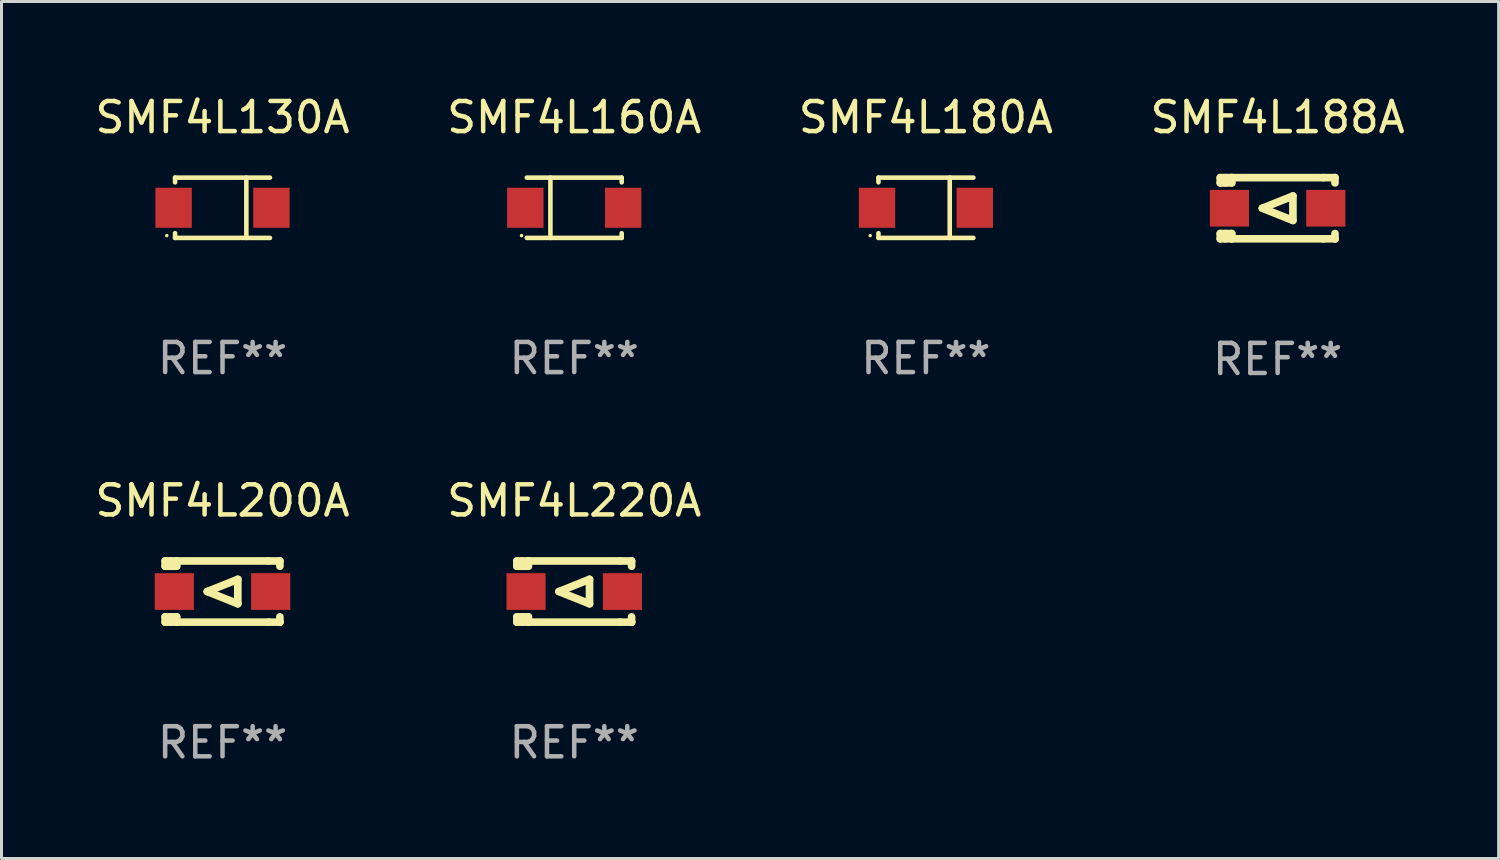
<source format=kicad_pcb>
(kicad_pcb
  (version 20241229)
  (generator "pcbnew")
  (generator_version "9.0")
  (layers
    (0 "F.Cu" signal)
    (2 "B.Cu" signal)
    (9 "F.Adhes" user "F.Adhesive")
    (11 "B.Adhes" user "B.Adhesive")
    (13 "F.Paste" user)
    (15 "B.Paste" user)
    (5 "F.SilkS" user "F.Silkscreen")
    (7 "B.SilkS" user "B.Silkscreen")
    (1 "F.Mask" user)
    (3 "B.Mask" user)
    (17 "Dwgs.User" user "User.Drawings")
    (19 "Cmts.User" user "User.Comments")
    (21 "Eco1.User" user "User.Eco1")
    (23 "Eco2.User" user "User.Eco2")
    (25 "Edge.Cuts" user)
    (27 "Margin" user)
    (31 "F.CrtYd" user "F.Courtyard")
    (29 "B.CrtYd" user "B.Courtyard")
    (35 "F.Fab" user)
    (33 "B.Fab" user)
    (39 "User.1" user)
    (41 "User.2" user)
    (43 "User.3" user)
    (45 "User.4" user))
  (footprint "SMF4L180A"
    (layer "F.Cu")
    (at 27.696 3.849)
    (property "Reference" "SMF4L180A" (at 0 -3.001 0) (layer "F.SilkS") (effects (font (size 1 1) (thickness 0.15))))
    (attr through_hole)
    (fp_line (start -1.576 -1.001) (end -1.576 -0.845) (stroke (width 0.152) (type solid)) (layer "F.SilkS"))
    (fp_line (start -1.576 -1.001) (end 1.576 -1.001) (stroke (width 0.152) (type solid)) (layer "F.SilkS"))
    (fp_line (start -1.576 0.845) (end -1.576 1.001) (stroke (width 0.152) (type solid)) (layer "F.SilkS"))
    (fp_line (start -1.576 1.001) (end 1.576 1.001) (stroke (width 0.152) (type solid)) (layer "F.SilkS"))
    (fp_line (start 0.791 -1.001) (end 0.791 1.001) (stroke (width 0.152) (type solid)) (layer "F.SilkS"))
    (fp_circle (center -1.85 0.925) (end -1.82 0.925) (stroke (width 0.06) (type solid)) (fill no) (layer "F.SilkS"))
    (fp_text user "REF**" (at 0 5.001 0) (layer "F.Fab") (effects (font (size 1 1) (thickness 0.15))))
    (pad "1" smd rect (at -1.624 0) (size 1.208 1.33) (layers "F.Cu" "F.Mask" "F.Paste"))
    (pad "2" smd rect (at 1.624 0) (size 1.208 1.33) (layers "F.Cu" "F.Mask" "F.Paste")))
  (footprint "SMF4L220A"
    (layer "F.Cu")
    (at 16.018 16.593)
    (property "Reference" "SMF4L220A" (at 0 -3.016 0) (layer "F.SilkS") (effects (font (size 1 1) (thickness 0.15))))
    (attr through_hole)
    (fp_line (start -1.905 -1.016) (end -1.905 -0.841) (stroke (width 0.254) (type solid)) (layer "F.SilkS"))
    (fp_line (start -1.905 0.841) (end -1.905 1.016) (stroke (width 0.254) (type solid)) (layer "F.SilkS"))
    (fp_line (start -1.905 1.016) (end -1.524 1.016) (stroke (width 0.254) (type solid)) (layer "F.SilkS"))
    (fp_line (start -1.728 -1.016) (end -1.728 -0.841) (stroke (width 0.254) (type solid)) (layer "F.SilkS"))
    (fp_line (start -1.728 0.841) (end -1.728 1.016) (stroke (width 0.254) (type solid)) (layer "F.SilkS"))
    (fp_line (start -1.524 -1.016) (end -1.905 -1.016) (stroke (width 0.254) (type solid)) (layer "F.SilkS"))
    (fp_line (start -1.524 -0.841) (end -1.905 -0.841) (stroke (width 0.254) (type solid)) (layer "F.SilkS"))
    (fp_line (start -1.524 -0.841) (end -1.524 -1.016) (stroke (width 0.254) (type solid)) (layer "F.SilkS"))
    (fp_line (start -1.524 0.841) (end -1.905 0.841) (stroke (width 0.254) (type solid)) (layer "F.SilkS"))
    (fp_line (start -1.524 1.016) (end -1.524 0.841) (stroke (width 0.254) (type solid)) (layer "F.SilkS"))
    (fp_line (start -1.524 1.016) (end 1.524 1.016) (stroke (width 0.254) (type solid)) (layer "F.SilkS"))
    (fp_line (start -0.508 0) (end 0.508 -0.406) (stroke (width 0.254) (type solid)) (layer "F.SilkS"))
    (fp_line (start 0.508 -0.406) (end 0.508 0.406) (stroke (width 0.254) (type solid)) (layer "F.SilkS"))
    (fp_line (start 0.508 0.406) (end -0.508 0) (stroke (width 0.254) (type solid)) (layer "F.SilkS"))
    (fp_line (start 1.524 -1.016) (end -1.524 -1.016) (stroke (width 0.254) (type solid)) (layer "F.SilkS"))
    (fp_line (start 1.524 -1.016) (end 1.905 -1.016) (stroke (width 0.254) (type solid)) (layer "F.SilkS"))
    (fp_line (start 1.905 -1.016) (end 1.905 -0.841) (stroke (width 0.254) (type solid)) (layer "F.SilkS"))
    (fp_line (start 1.905 0.841) (end 1.905 1.016) (stroke (width 0.254) (type solid)) (layer "F.SilkS"))
    (fp_line (start 1.905 1.016) (end 1.524 1.016) (stroke (width 0.254) (type solid)) (layer "F.SilkS"))
    (fp_line (start 1.905 1.016) (end 1.905 1.016) (stroke (width 0.254) (type solid)) (layer "F.SilkS"))
    (fp_circle (center -1.85 0.925) (end -1.82 0.925) (stroke (width 0.06) (type solid)) (fill no) (layer "F.SilkS"))
    (fp_text user "REF**" (at 0 5.016 0) (layer "F.Fab") (effects (font (size 1 1) (thickness 0.15))))
    (pad "1" smd rect (at -1.6 0) (size 1.3 1.219) (layers "F.Cu" "F.Mask" "F.Paste"))
    (pad "2" smd rect (at 1.6 0) (size 1.3 1.219) (layers "F.Cu" "F.Mask" "F.Paste")))
  (footprint "SMF4L200A"
    (layer "F.Cu")
    (at 4.339 16.593)
    (property "Reference" "SMF4L200A" (at 0 -3.016 0) (layer "F.SilkS") (effects (font (size 1 1) (thickness 0.15))))
    (attr through_hole)
    (fp_line (start -1.905 -1.016) (end -1.905 -0.841) (stroke (width 0.254) (type solid)) (layer "F.SilkS"))
    (fp_line (start -1.905 0.841) (end -1.905 1.016) (stroke (width 0.254) (type solid)) (layer "F.SilkS"))
    (fp_line (start -1.905 1.016) (end -1.524 1.016) (stroke (width 0.254) (type solid)) (layer "F.SilkS"))
    (fp_line (start -1.728 -1.016) (end -1.728 -0.841) (stroke (width 0.254) (type solid)) (layer "F.SilkS"))
    (fp_line (start -1.728 0.841) (end -1.728 1.016) (stroke (width 0.254) (type solid)) (layer "F.SilkS"))
    (fp_line (start -1.524 -1.016) (end -1.905 -1.016) (stroke (width 0.254) (type solid)) (layer "F.SilkS"))
    (fp_line (start -1.524 -0.841) (end -1.905 -0.841) (stroke (width 0.254) (type solid)) (layer "F.SilkS"))
    (fp_line (start -1.524 -0.841) (end -1.524 -1.016) (stroke (width 0.254) (type solid)) (layer "F.SilkS"))
    (fp_line (start -1.524 0.841) (end -1.905 0.841) (stroke (width 0.254) (type solid)) (layer "F.SilkS"))
    (fp_line (start -1.524 1.016) (end -1.524 0.841) (stroke (width 0.254) (type solid)) (layer "F.SilkS"))
    (fp_line (start -1.524 1.016) (end 1.524 1.016) (stroke (width 0.254) (type solid)) (layer "F.SilkS"))
    (fp_line (start -0.508 0) (end 0.508 -0.406) (stroke (width 0.254) (type solid)) (layer "F.SilkS"))
    (fp_line (start 0.508 -0.406) (end 0.508 0.406) (stroke (width 0.254) (type solid)) (layer "F.SilkS"))
    (fp_line (start 0.508 0.406) (end -0.508 0) (stroke (width 0.254) (type solid)) (layer "F.SilkS"))
    (fp_line (start 1.524 -1.016) (end -1.524 -1.016) (stroke (width 0.254) (type solid)) (layer "F.SilkS"))
    (fp_line (start 1.524 -1.016) (end 1.905 -1.016) (stroke (width 0.254) (type solid)) (layer "F.SilkS"))
    (fp_line (start 1.905 -1.016) (end 1.905 -0.841) (stroke (width 0.254) (type solid)) (layer "F.SilkS"))
    (fp_line (start 1.905 0.841) (end 1.905 1.016) (stroke (width 0.254) (type solid)) (layer "F.SilkS"))
    (fp_line (start 1.905 1.016) (end 1.524 1.016) (stroke (width 0.254) (type solid)) (layer "F.SilkS"))
    (fp_line (start 1.905 1.016) (end 1.905 1.016) (stroke (width 0.254) (type solid)) (layer "F.SilkS"))
    (fp_circle (center -1.85 0.925) (end -1.82 0.925) (stroke (width 0.06) (type solid)) (fill no) (layer "F.SilkS"))
    (fp_text user "REF**" (at 0 5.016 0) (layer "F.Fab") (effects (font (size 1 1) (thickness 0.15))))
    (pad "1" smd rect (at -1.6 0) (size 1.3 1.219) (layers "F.Cu" "F.Mask" "F.Paste"))
    (pad "2" smd rect (at 1.6 0) (size 1.3 1.219) (layers "F.Cu" "F.Mask" "F.Paste")))
  (footprint "SMF4L188A"
    (layer "F.Cu")
    (at 39.375 3.864)
    (property "Reference" "SMF4L188A" (at 0 -3.016 0) (layer "F.SilkS") (effects (font (size 1 1) (thickness 0.15))))
    (attr through_hole)
    (fp_line (start -1.905 -1.016) (end -1.905 -0.841) (stroke (width 0.254) (type solid)) (layer "F.SilkS"))
    (fp_line (start -1.905 0.841) (end -1.905 1.016) (stroke (width 0.254) (type solid)) (layer "F.SilkS"))
    (fp_line (start -1.905 1.016) (end -1.524 1.016) (stroke (width 0.254) (type solid)) (layer "F.SilkS"))
    (fp_line (start -1.728 -1.016) (end -1.728 -0.841) (stroke (width 0.254) (type solid)) (layer "F.SilkS"))
    (fp_line (start -1.728 0.841) (end -1.728 1.016) (stroke (width 0.254) (type solid)) (layer "F.SilkS"))
    (fp_line (start -1.524 -1.016) (end -1.905 -1.016) (stroke (width 0.254) (type solid)) (layer "F.SilkS"))
    (fp_line (start -1.524 -0.841) (end -1.905 -0.841) (stroke (width 0.254) (type solid)) (layer "F.SilkS"))
    (fp_line (start -1.524 -0.841) (end -1.524 -1.016) (stroke (width 0.254) (type solid)) (layer "F.SilkS"))
    (fp_line (start -1.524 0.841) (end -1.905 0.841) (stroke (width 0.254) (type solid)) (layer "F.SilkS"))
    (fp_line (start -1.524 1.016) (end -1.524 0.841) (stroke (width 0.254) (type solid)) (layer "F.SilkS"))
    (fp_line (start -1.524 1.016) (end 1.524 1.016) (stroke (width 0.254) (type solid)) (layer "F.SilkS"))
    (fp_line (start -0.508 0) (end 0.508 -0.406) (stroke (width 0.254) (type solid)) (layer "F.SilkS"))
    (fp_line (start 0.508 -0.406) (end 0.508 0.406) (stroke (width 0.254) (type solid)) (layer "F.SilkS"))
    (fp_line (start 0.508 0.406) (end -0.508 0) (stroke (width 0.254) (type solid)) (layer "F.SilkS"))
    (fp_line (start 1.524 -1.016) (end -1.524 -1.016) (stroke (width 0.254) (type solid)) (layer "F.SilkS"))
    (fp_line (start 1.524 -1.016) (end 1.905 -1.016) (stroke (width 0.254) (type solid)) (layer "F.SilkS"))
    (fp_line (start 1.905 -1.016) (end 1.905 -0.841) (stroke (width 0.254) (type solid)) (layer "F.SilkS"))
    (fp_line (start 1.905 0.841) (end 1.905 1.016) (stroke (width 0.254) (type solid)) (layer "F.SilkS"))
    (fp_line (start 1.905 1.016) (end 1.524 1.016) (stroke (width 0.254) (type solid)) (layer "F.SilkS"))
    (fp_line (start 1.905 1.016) (end 1.905 1.016) (stroke (width 0.254) (type solid)) (layer "F.SilkS"))
    (fp_circle (center -1.85 0.925) (end -1.82 0.925) (stroke (width 0.06) (type solid)) (fill no) (layer "F.SilkS"))
    (fp_text user "REF**" (at 0 5.016 0) (layer "F.Fab") (effects (font (size 1 1) (thickness 0.15))))
    (pad "1" smd rect (at -1.6 0) (size 1.3 1.219) (layers "F.Cu" "F.Mask" "F.Paste"))
    (pad "2" smd rect (at 1.6 0) (size 1.3 1.219) (layers "F.Cu" "F.Mask" "F.Paste")))
  (footprint "SMF4L130A"
    (layer "F.Cu")
    (at 4.339 3.849)
    (property "Reference" "SMF4L130A" (at 0 -3.001 0) (layer "F.SilkS") (effects (font (size 1 1) (thickness 0.15))))
    (attr through_hole)
    (fp_line (start -1.576 -1.001) (end -1.576 -0.845) (stroke (width 0.152) (type solid)) (layer "F.SilkS"))
    (fp_line (start -1.576 -1.001) (end 1.576 -1.001) (stroke (width 0.152) (type solid)) (layer "F.SilkS"))
    (fp_line (start -1.576 0.845) (end -1.576 1.001) (stroke (width 0.152) (type solid)) (layer "F.SilkS"))
    (fp_line (start -1.576 1.001) (end 1.576 1.001) (stroke (width 0.152) (type solid)) (layer "F.SilkS"))
    (fp_line (start 0.791 -1.001) (end 0.791 1.001) (stroke (width 0.152) (type solid)) (layer "F.SilkS"))
    (fp_circle (center -1.85 0.925) (end -1.82 0.925) (stroke (width 0.06) (type solid)) (fill no) (layer "F.SilkS"))
    (fp_text user "REF**" (at 0 5.001 0) (layer "F.Fab") (effects (font (size 1 1) (thickness 0.15))))
    (pad "1" smd rect (at -1.624 0) (size 1.208 1.33) (layers "F.Cu" "F.Mask" "F.Paste"))
    (pad "2" smd rect (at 1.624 0) (size 1.208 1.33) (layers "F.Cu" "F.Mask" "F.Paste")))
  (footprint "SMF4L160A"
    (layer "F.Cu")
    (at 16.018 3.849)
    (property "Reference" "SMF4L160A" (at 0 -3.001 0) (layer "F.SilkS") (effects (font (size 1 1) (thickness 0.15))))
    (attr through_hole)
    (fp_line (start -0.791 -1.001) (end -0.791 1.001) (stroke (width 0.152) (type solid)) (layer "F.SilkS"))
    (fp_line (start 1.576 -1.001) (end -1.576 -1.001) (stroke (width 0.152) (type solid)) (layer "F.SilkS"))
    (fp_line (start 1.576 -1.001) (end 1.576 -0.845) (stroke (width 0.152) (type solid)) (layer "F.SilkS"))
    (fp_line (start 1.576 0.845) (end 1.576 1.001) (stroke (width 0.152) (type solid)) (layer "F.SilkS"))
    (fp_line (start 1.576 1.001) (end -1.576 1.001) (stroke (width 0.152) (type solid)) (layer "F.SilkS"))
    (fp_circle (center -1.75 0.925) (end -1.72 0.925) (stroke (width 0.06) (type solid)) (fill no) (layer "F.SilkS"))
    (fp_text user "REF**" (at 0 5.001 0) (layer "F.Fab") (effects (font (size 1 1) (thickness 0.15))))
    (pad "1" smd rect (at -1.624 0) (size 1.208 1.33) (layers "F.Cu" "F.Mask" "F.Paste"))
    (pad "2" smd rect (at 1.624 0) (size 1.208 1.33) (layers "F.Cu" "F.Mask" "F.Paste")))
  (gr_rect
    (start -3 -3)
    (end 46.714 25.457)
    (stroke (width 0.1) (type default))
    (fill no)
    (layer "Edge.Cuts")))
</source>
